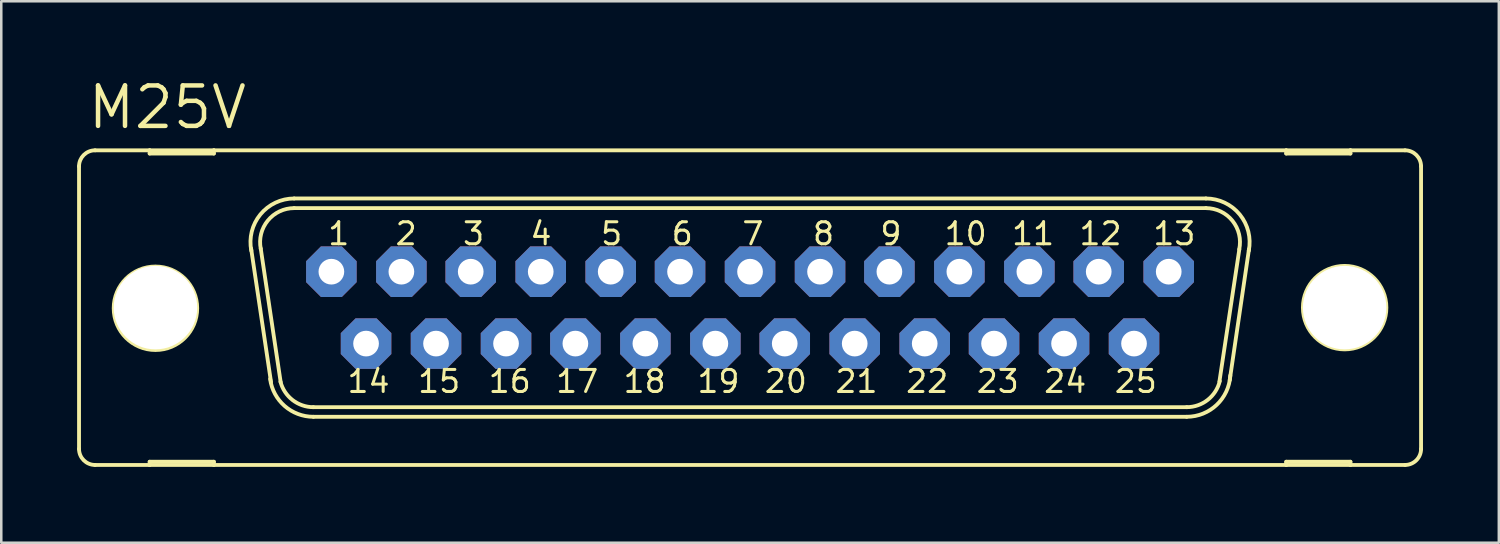
<source format=kicad_pcb>
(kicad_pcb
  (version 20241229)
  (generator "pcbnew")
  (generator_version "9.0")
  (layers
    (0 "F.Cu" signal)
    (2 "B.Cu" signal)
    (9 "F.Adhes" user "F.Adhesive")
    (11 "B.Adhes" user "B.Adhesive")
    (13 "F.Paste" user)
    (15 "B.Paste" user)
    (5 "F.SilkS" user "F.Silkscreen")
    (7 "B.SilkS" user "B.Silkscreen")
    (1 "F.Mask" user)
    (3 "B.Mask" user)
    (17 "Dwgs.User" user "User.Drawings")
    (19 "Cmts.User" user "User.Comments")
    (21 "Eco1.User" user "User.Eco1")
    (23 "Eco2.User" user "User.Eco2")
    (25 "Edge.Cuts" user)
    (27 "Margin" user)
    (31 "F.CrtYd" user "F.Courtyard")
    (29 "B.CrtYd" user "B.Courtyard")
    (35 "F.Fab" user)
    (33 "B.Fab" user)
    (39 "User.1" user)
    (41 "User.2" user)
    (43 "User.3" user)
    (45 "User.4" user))
  (footprint "M25V"
    (layer "F.Cu")
    (at 26.619 9.119)
    (property "Reference" "M25V" (at -26.289 -6.985 0) (layer "F.SilkS") (effects (font (size 1.6 1.6) (thickness 0.178)) (justify left bottom)))
    (fp_line (start -26.543 -5.588) (end -26.543 5.588) (stroke (width 0.152) (type solid)) (layer "F.SilkS"))
    (fp_line (start -25.908 6.223) (end -23.749 6.223) (stroke (width 0.152) (type solid)) (layer "F.SilkS"))
    (fp_line (start -23.749 -6.223) (end -25.908 -6.223) (stroke (width 0.152) (type solid)) (layer "F.SilkS"))
    (fp_line (start -23.749 -6.223) (end -23.749 -6.096) (stroke (width 0.152) (type solid)) (layer "F.SilkS"))
    (fp_line (start -23.749 -6.096) (end -21.209 -6.096) (stroke (width 0.152) (type solid)) (layer "F.SilkS"))
    (fp_line (start -23.749 6.096) (end -21.209 6.096) (stroke (width 0.152) (type solid)) (layer "F.SilkS"))
    (fp_line (start -23.749 6.223) (end -23.749 6.096) (stroke (width 0.152) (type solid)) (layer "F.SilkS"))
    (fp_line (start -23.749 6.223) (end -21.209 6.223) (stroke (width 0.152) (type solid)) (layer "F.SilkS"))
    (fp_line (start -21.209 -6.223) (end -23.749 -6.223) (stroke (width 0.152) (type solid)) (layer "F.SilkS"))
    (fp_line (start -21.209 -6.096) (end -21.209 -6.223) (stroke (width 0.152) (type solid)) (layer "F.SilkS"))
    (fp_line (start -21.209 6.096) (end -21.209 6.223) (stroke (width 0.152) (type solid)) (layer "F.SilkS"))
    (fp_line (start -21.209 6.223) (end 21.209 6.223) (stroke (width 0.152) (type solid)) (layer "F.SilkS"))
    (fp_line (start -18.948 2.946) (end -19.736 -2.337) (stroke (width 0.152) (type solid)) (layer "F.SilkS"))
    (fp_line (start -18.567 2.946) (end -19.355 -2.337) (stroke (width 0.152) (type solid)) (layer "F.SilkS"))
    (fp_line (start -18.034 -4.318) (end 18.034 -4.318) (stroke (width 0.152) (type solid)) (layer "F.SilkS"))
    (fp_line (start -18.034 -3.937) (end 18.034 -3.937) (stroke (width 0.152) (type solid)) (layer "F.SilkS"))
    (fp_line (start -17.272 3.937) (end 17.272 3.937) (stroke (width 0.152) (type solid)) (layer "F.SilkS"))
    (fp_line (start -17.272 4.318) (end 17.272 4.318) (stroke (width 0.152) (type solid)) (layer "F.SilkS"))
    (fp_line (start 19.355 -2.311) (end 18.567 2.921) (stroke (width 0.152) (type solid)) (layer "F.SilkS"))
    (fp_line (start 19.736 -2.311) (end 18.974 2.87) (stroke (width 0.152) (type solid)) (layer "F.SilkS"))
    (fp_line (start 21.209 -6.223) (end -21.209 -6.223) (stroke (width 0.152) (type solid)) (layer "F.SilkS"))
    (fp_line (start 21.209 -6.223) (end 21.209 -6.096) (stroke (width 0.152) (type solid)) (layer "F.SilkS"))
    (fp_line (start 21.209 -6.096) (end 23.749 -6.096) (stroke (width 0.152) (type solid)) (layer "F.SilkS"))
    (fp_line (start 21.209 6.096) (end 23.749 6.096) (stroke (width 0.152) (type solid)) (layer "F.SilkS"))
    (fp_line (start 21.209 6.223) (end 21.209 6.096) (stroke (width 0.152) (type solid)) (layer "F.SilkS"))
    (fp_line (start 21.209 6.223) (end 23.749 6.223) (stroke (width 0.152) (type solid)) (layer "F.SilkS"))
    (fp_line (start 23.749 -6.223) (end 21.209 -6.223) (stroke (width 0.152) (type solid)) (layer "F.SilkS"))
    (fp_line (start 23.749 -6.096) (end 23.749 -6.223) (stroke (width 0.152) (type solid)) (layer "F.SilkS"))
    (fp_line (start 23.749 6.096) (end 23.749 6.223) (stroke (width 0.152) (type solid)) (layer "F.SilkS"))
    (fp_line (start 23.749 6.223) (end 25.908 6.223) (stroke (width 0.152) (type solid)) (layer "F.SilkS"))
    (fp_line (start 25.908 -6.223) (end 23.749 -6.223) (stroke (width 0.152) (type solid)) (layer "F.SilkS"))
    (fp_line (start 26.543 -5.588) (end 26.543 5.588) (stroke (width 0.152) (type solid)) (layer "F.SilkS"))
    (fp_arc (start -26.543 -5.588) (mid -26.357013 -6.037013) (end -25.908 -6.223) (stroke (width 0.1524) (type solid)) (layer "F.SilkS"))
    (fp_arc (start -25.908 6.223) (mid -26.357013 6.037013) (end -26.543 5.588) (stroke (width 0.1524) (type solid)) (layer "F.SilkS"))
    (fp_arc (start -19.7277 -2.2521) (mid -19.369716 -3.685842) (end -18.033998 -4.318) (stroke (width 0.1524) (type solid)) (layer "F.SilkS"))
    (fp_arc (start -19.3541 -2.3268) (mid -19.075082 -3.444284) (end -18.034 -3.937) (stroke (width 0.1524) (type solid)) (layer "F.SilkS"))
    (fp_arc (start -17.272 3.937) (mid -18.0955 3.655745) (end -18.5749 2.9295) (stroke (width 0.1524) (type solid)) (layer "F.SilkS"))
    (fp_arc (start -17.271999 4.318001) (mid -18.409711 3.890313) (end -18.984 2.8191) (stroke (width 0.1524) (type solid)) (layer "F.SilkS"))
    (fp_arc (start 18.034 -4.318) (mid 19.369813 -3.685866) (end 19.727999 -2.252098) (stroke (width 0.1524) (type solid)) (layer "F.SilkS"))
    (fp_arc (start 18.034 -3.937) (mid 19.082557 -3.435183) (end 19.349499 -2.303798) (stroke (width 0.1524) (type solid)) (layer "F.SilkS"))
    (fp_arc (start 18.580701 2.904999) (mid 18.105257 3.647874) (end 17.272 3.937) (stroke (width 0.1524) (type solid)) (layer "F.SilkS"))
    (fp_arc (start 18.9963 2.6849) (mid 18.459366 3.844828) (end 17.272 4.318) (stroke (width 0.1524) (type solid)) (layer "F.SilkS"))
    (fp_arc (start 25.908 -6.223) (mid 26.357013 -6.037013) (end 26.543 -5.588) (stroke (width 0.1524) (type solid)) (layer "F.SilkS"))
    (fp_arc (start 26.543 5.588) (mid 26.357013 6.037013) (end 25.908 6.223) (stroke (width 0.1524) (type solid)) (layer "F.SilkS"))
    (fp_circle (center -23.52 0.025) (end -21.869 0.025) (stroke (width 0.152) (type solid)) (fill no) (layer "F.SilkS"))
    (fp_circle (center 23.52 0) (end 25.171 0) (stroke (width 0.152) (type solid)) (fill no) (layer "F.SilkS"))
    (fp_circle (center -16.561 -1.422) (end -16.307 -1.422) (stroke (width 0.406) (type solid)) (fill no) (layer "F.Fab"))
    (fp_circle (center -15.189 1.422) (end -14.935 1.422) (stroke (width 0.406) (type solid)) (fill no) (layer "F.Fab"))
    (fp_circle (center -13.792 -1.422) (end -13.538 -1.422) (stroke (width 0.406) (type solid)) (fill no) (layer "F.Fab"))
    (fp_circle (center -12.421 1.422) (end -12.167 1.422) (stroke (width 0.406) (type solid)) (fill no) (layer "F.Fab"))
    (fp_circle (center -11.049 -1.422) (end -10.795 -1.422) (stroke (width 0.406) (type solid)) (fill no) (layer "F.Fab"))
    (fp_circle (center -9.652 1.422) (end -9.398 1.422) (stroke (width 0.406) (type solid)) (fill no) (layer "F.Fab"))
    (fp_circle (center -8.28 -1.422) (end -8.026 -1.422) (stroke (width 0.406) (type solid)) (fill no) (layer "F.Fab"))
    (fp_circle (center -6.909 1.422) (end -6.655 1.422) (stroke (width 0.406) (type solid)) (fill no) (layer "F.Fab"))
    (fp_circle (center -5.512 -1.422) (end -5.258 -1.422) (stroke (width 0.406) (type solid)) (fill no) (layer "F.Fab"))
    (fp_circle (center -4.14 1.422) (end -3.886 1.422) (stroke (width 0.406) (type solid)) (fill no) (layer "F.Fab"))
    (fp_circle (center -2.769 -1.422) (end -2.515 -1.422) (stroke (width 0.406) (type solid)) (fill no) (layer "F.Fab"))
    (fp_circle (center -1.372 1.422) (end -1.118 1.422) (stroke (width 0.406) (type solid)) (fill no) (layer "F.Fab"))
    (fp_circle (center 0 -1.422) (end 0.254 -1.422) (stroke (width 0.406) (type solid)) (fill no) (layer "F.Fab"))
    (fp_circle (center 1.372 1.422) (end 1.626 1.422) (stroke (width 0.406) (type solid)) (fill no) (layer "F.Fab"))
    (fp_circle (center 2.769 -1.422) (end 3.023 -1.422) (stroke (width 0.406) (type solid)) (fill no) (layer "F.Fab"))
    (fp_circle (center 4.14 1.422) (end 4.394 1.422) (stroke (width 0.406) (type solid)) (fill no) (layer "F.Fab"))
    (fp_circle (center 5.512 -1.422) (end 5.766 -1.422) (stroke (width 0.406) (type solid)) (fill no) (layer "F.Fab"))
    (fp_circle (center 6.909 1.422) (end 7.163 1.422) (stroke (width 0.406) (type solid)) (fill no) (layer "F.Fab"))
    (fp_circle (center 8.28 -1.422) (end 8.534 -1.422) (stroke (width 0.406) (type solid)) (fill no) (layer "F.Fab"))
    (fp_circle (center 9.652 1.422) (end 9.906 1.422) (stroke (width 0.406) (type solid)) (fill no) (layer "F.Fab"))
    (fp_circle (center 11.049 -1.422) (end 11.303 -1.422) (stroke (width 0.406) (type solid)) (fill no) (layer "F.Fab"))
    (fp_circle (center 12.421 1.422) (end 12.675 1.422) (stroke (width 0.406) (type solid)) (fill no) (layer "F.Fab"))
    (fp_circle (center 13.792 -1.422) (end 14.046 -1.422) (stroke (width 0.406) (type solid)) (fill no) (layer "F.Fab"))
    (fp_circle (center 15.189 1.422) (end 15.443 1.422) (stroke (width 0.406) (type solid)) (fill no) (layer "F.Fab"))
    (fp_circle (center 16.561 -1.422) (end 16.815 -1.422) (stroke (width 0.406) (type solid)) (fill no) (layer "F.Fab"))
    (fp_text user "23" (at 8.89 3.429 0) (layer "F.SilkS") (effects (font (size 0.872 0.872) (thickness 0.119)) (justify left bottom)))
    (fp_text user "17" (at -7.747 3.429 0) (layer "F.SilkS") (effects (font (size 0.872 0.872) (thickness 0.119)) (justify left bottom)))
    (fp_text user "7" (at -0.381 -2.413 0) (layer "F.SilkS") (effects (font (size 0.872 0.872) (thickness 0.119)) (justify left bottom)))
    (fp_text user "5" (at -5.969 -2.413 0) (layer "F.SilkS") (effects (font (size 0.872 0.872) (thickness 0.119)) (justify left bottom)))
    (fp_text user "10" (at 7.62 -2.413 0) (layer "F.SilkS") (effects (font (size 0.872 0.872) (thickness 0.119)) (justify left bottom)))
    (fp_text user "13" (at 15.875 -2.413 0) (layer "F.SilkS") (effects (font (size 0.872 0.872) (thickness 0.119)) (justify left bottom)))
    (fp_text user "3" (at -11.43 -2.413 0) (layer "F.SilkS") (effects (font (size 0.872 0.872) (thickness 0.119)) (justify left bottom)))
    (fp_text user "6" (at -3.175 -2.413 0) (layer "F.SilkS") (effects (font (size 0.872 0.872) (thickness 0.119)) (justify left bottom)))
    (fp_text user "18" (at -5.08 3.429 0) (layer "F.SilkS") (effects (font (size 0.872 0.872) (thickness 0.119)) (justify left bottom)))
    (fp_text user "1" (at -16.764 -2.413 0) (layer "F.SilkS") (effects (font (size 0.872 0.872) (thickness 0.119)) (justify left bottom)))
    (fp_text user "12" (at 12.954 -2.413 0) (layer "F.SilkS") (effects (font (size 0.872 0.872) (thickness 0.119)) (justify left bottom)))
    (fp_text user "20" (at 0.508 3.429 0) (layer "F.SilkS") (effects (font (size 0.872 0.872) (thickness 0.119)) (justify left bottom)))
    (fp_text user "19" (at -2.159 3.429 0) (layer "F.SilkS") (effects (font (size 0.872 0.872) (thickness 0.119)) (justify left bottom)))
    (fp_text user "25" (at 14.351 3.429 0) (layer "F.SilkS") (effects (font (size 0.872 0.872) (thickness 0.119)) (justify left bottom)))
    (fp_text user "9" (at 5.08 -2.413 0) (layer "F.SilkS") (effects (font (size 0.872 0.872) (thickness 0.119)) (justify left bottom)))
    (fp_text user "22" (at 6.096 3.429 0) (layer "F.SilkS") (effects (font (size 0.872 0.872) (thickness 0.119)) (justify left bottom)))
    (fp_text user "14" (at -16.002 3.429 0) (layer "F.SilkS") (effects (font (size 0.872 0.872) (thickness 0.119)) (justify left bottom)))
    (fp_text user "2" (at -14.097 -2.413 0) (layer "F.SilkS") (effects (font (size 0.872 0.872) (thickness 0.119)) (justify left bottom)))
    (fp_text user "16" (at -10.414 3.429 0) (layer "F.SilkS") (effects (font (size 0.872 0.872) (thickness 0.119)) (justify left bottom)))
    (fp_text user "8" (at 2.413 -2.413 0) (layer "F.SilkS") (effects (font (size 0.872 0.872) (thickness 0.119)) (justify left bottom)))
    (fp_text user "24" (at 11.557 3.429 0) (layer "F.SilkS") (effects (font (size 0.872 0.872) (thickness 0.119)) (justify left bottom)))
    (fp_text user "21" (at 3.302 3.429 0) (layer "F.SilkS") (effects (font (size 0.872 0.872) (thickness 0.119)) (justify left bottom)))
    (fp_text user "11" (at 10.287 -2.413 0) (layer "F.SilkS") (effects (font (size 0.872 0.872) (thickness 0.119)) (justify left bottom)))
    (fp_text user "4" (at -8.763 -2.413 0) (layer "F.SilkS") (effects (font (size 0.872 0.872) (thickness 0.119)) (justify left bottom)))
    (fp_text user "15" (at -13.208 3.429 0) (layer "F.SilkS") (effects (font (size 0.872 0.872) (thickness 0.119)) (justify left bottom)))
    (pad "" np_thru_hole circle (at -23.52 0) (size 3.302 3.302) (drill 3.302) (layers "*.Cu" "*.Mask"))
    (pad "" np_thru_hole circle (at 23.52 0) (size 3.302 3.302) (drill 3.302) (layers "*.Cu" "*.Mask"))
    (pad "1" thru_hole roundrect (at -16.561 -1.422) (size 2 2) (drill 1.016) (layers "*.Cu" "*.Mask") (roundrect_rratio 0.25) (chamfer_ratio 0.293) (chamfer top_left top_right bottom_left bottom_right))
    (pad "2" thru_hole roundrect (at -13.792 -1.422) (size 2 2) (drill 1.016) (layers "*.Cu" "*.Mask") (roundrect_rratio 0.25) (chamfer_ratio 0.293) (chamfer top_left top_right bottom_left bottom_right))
    (pad "3" thru_hole roundrect (at -11.049 -1.422) (size 2 2) (drill 1.016) (layers "*.Cu" "*.Mask") (roundrect_rratio 0.25) (chamfer_ratio 0.293) (chamfer top_left top_right bottom_left bottom_right))
    (pad "4" thru_hole roundrect (at -8.28 -1.422) (size 2 2) (drill 1.016) (layers "*.Cu" "*.Mask") (roundrect_rratio 0.25) (chamfer_ratio 0.293) (chamfer top_left top_right bottom_left bottom_right))
    (pad "5" thru_hole roundrect (at -5.512 -1.422) (size 2 2) (drill 1.016) (layers "*.Cu" "*.Mask") (roundrect_rratio 0.25) (chamfer_ratio 0.293) (chamfer top_left top_right bottom_left bottom_right))
    (pad "6" thru_hole roundrect (at -2.769 -1.422) (size 2 2) (drill 1.016) (layers "*.Cu" "*.Mask") (roundrect_rratio 0.25) (chamfer_ratio 0.293) (chamfer top_left top_right bottom_left bottom_right))
    (pad "7" thru_hole roundrect (at 0 -1.422) (size 2 2) (drill 1.016) (layers "*.Cu" "*.Mask") (roundrect_rratio 0.25) (chamfer_ratio 0.293) (chamfer top_left top_right bottom_left bottom_right))
    (pad "8" thru_hole roundrect (at 2.769 -1.422) (size 2 2) (drill 1.016) (layers "*.Cu" "*.Mask") (roundrect_rratio 0.25) (chamfer_ratio 0.293) (chamfer top_left top_right bottom_left bottom_right))
    (pad "9" thru_hole roundrect (at 5.512 -1.422) (size 2 2) (drill 1.016) (layers "*.Cu" "*.Mask") (roundrect_rratio 0.25) (chamfer_ratio 0.293) (chamfer top_left top_right bottom_left bottom_right))
    (pad "10" thru_hole roundrect (at 8.28 -1.422) (size 2 2) (drill 1.016) (layers "*.Cu" "*.Mask") (roundrect_rratio 0.25) (chamfer_ratio 0.293) (chamfer top_left top_right bottom_left bottom_right))
    (pad "11" thru_hole roundrect (at 11.049 -1.422) (size 2 2) (drill 1.016) (layers "*.Cu" "*.Mask") (roundrect_rratio 0.25) (chamfer_ratio 0.293) (chamfer top_left top_right bottom_left bottom_right))
    (pad "12" thru_hole roundrect (at 13.792 -1.422) (size 2 2) (drill 1.016) (layers "*.Cu" "*.Mask") (roundrect_rratio 0.25) (chamfer_ratio 0.293) (chamfer top_left top_right bottom_left bottom_right))
    (pad "13" thru_hole roundrect (at 16.561 -1.422) (size 2 2) (drill 1.016) (layers "*.Cu" "*.Mask") (roundrect_rratio 0.25) (chamfer_ratio 0.293) (chamfer top_left top_right bottom_left bottom_right))
    (pad "14" thru_hole roundrect (at -15.189 1.422) (size 2 2) (drill 1.016) (layers "*.Cu" "*.Mask") (roundrect_rratio 0.25) (chamfer_ratio 0.293) (chamfer top_left top_right bottom_left bottom_right))
    (pad "15" thru_hole roundrect (at -12.421 1.422) (size 2 2) (drill 1.016) (layers "*.Cu" "*.Mask") (roundrect_rratio 0.25) (chamfer_ratio 0.293) (chamfer top_left top_right bottom_left bottom_right))
    (pad "16" thru_hole roundrect (at -9.652 1.422) (size 2 2) (drill 1.016) (layers "*.Cu" "*.Mask") (roundrect_rratio 0.25) (chamfer_ratio 0.293) (chamfer top_left top_right bottom_left bottom_right))
    (pad "17" thru_hole roundrect (at -6.909 1.422) (size 2 2) (drill 1.016) (layers "*.Cu" "*.Mask") (roundrect_rratio 0.25) (chamfer_ratio 0.293) (chamfer top_left top_right bottom_left bottom_right))
    (pad "18" thru_hole roundrect (at -4.14 1.422) (size 2 2) (drill 1.016) (layers "*.Cu" "*.Mask") (roundrect_rratio 0.25) (chamfer_ratio 0.293) (chamfer top_left top_right bottom_left bottom_right))
    (pad "19" thru_hole roundrect (at -1.372 1.422) (size 2 2) (drill 1.016) (layers "*.Cu" "*.Mask") (roundrect_rratio 0.25) (chamfer_ratio 0.293) (chamfer top_left top_right bottom_left bottom_right))
    (pad "20" thru_hole roundrect (at 1.372 1.422) (size 2 2) (drill 1.016) (layers "*.Cu" "*.Mask") (roundrect_rratio 0.25) (chamfer_ratio 0.293) (chamfer top_left top_right bottom_left bottom_right))
    (pad "21" thru_hole roundrect (at 4.14 1.422) (size 2 2) (drill 1.016) (layers "*.Cu" "*.Mask") (roundrect_rratio 0.25) (chamfer_ratio 0.293) (chamfer top_left top_right bottom_left bottom_right))
    (pad "22" thru_hole roundrect (at 6.909 1.422) (size 2 2) (drill 1.016) (layers "*.Cu" "*.Mask") (roundrect_rratio 0.25) (chamfer_ratio 0.293) (chamfer top_left top_right bottom_left bottom_right))
    (pad "23" thru_hole roundrect (at 9.652 1.422) (size 2 2) (drill 1.016) (layers "*.Cu" "*.Mask") (roundrect_rratio 0.25) (chamfer_ratio 0.293) (chamfer top_left top_right bottom_left bottom_right))
    (pad "24" thru_hole roundrect (at 12.421 1.422) (size 2 2) (drill 1.016) (layers "*.Cu" "*.Mask") (roundrect_rratio 0.25) (chamfer_ratio 0.293) (chamfer top_left top_right bottom_left bottom_right))
    (pad "25" thru_hole roundrect (at 15.189 1.422) (size 2 2) (drill 1.016) (layers "*.Cu" "*.Mask") (roundrect_rratio 0.25) (chamfer_ratio 0.293) (chamfer top_left top_right bottom_left bottom_right))
    (zone (net_name "") (layers "F.Cu" "B.Cu") (hatch edge 0.5) (connect_pads) (min_thickness 0.25) (filled_areas_thickness no) (keepout (tracks allowed) (vias not_allowed) (pads allowed) (copperpour allowed) (footprints allowed)) (placement (enabled no)) (fill) (polygon (pts (xy 5.766 9.119) (xy 5.746 8.791) (xy 5.685 8.468) (xy 5.586 8.155) (xy 5.448 7.857) (xy 5.276 7.578) (xy 5.07 7.322) (xy 4.834 7.093) (xy 4.572 6.895) (xy 4.288 6.731) (xy 3.985 6.603) (xy 3.669 6.513) (xy 3.345 6.463) (xy 3.017 6.453) (xy 2.69 6.483) (xy 2.369 6.553) (xy 2.059 6.663) (xy 1.765 6.809) (xy 1.492 6.99) (xy 1.242 7.204) (xy 1.021 7.447) (xy 0.831 7.715) (xy 0.676 8.004) (xy 0.557 8.31) (xy 0.477 8.629) (xy 0.437 8.954) (xy 0.437 9.283) (xy 0.477 9.609) (xy 0.557 9.927) (xy 0.676 10.233) (xy 0.831 10.523) (xy 1.021 10.791) (xy 1.242 11.033) (xy 1.492 11.247) (xy 1.765 11.428) (xy 2.059 11.575) (xy 2.369 11.684) (xy 2.69 11.754) (xy 3.017 11.784) (xy 3.345 11.774) (xy 3.669 11.724) (xy 3.985 11.634) (xy 4.288 11.506) (xy 4.572 11.342) (xy 4.834 11.144) (xy 5.07 10.915) (xy 5.276 10.66) (xy 5.448 10.38) (xy 5.586 10.082) (xy 5.685 9.769) (xy 5.746 9.446))))
    (zone (net_name "") (layers "F.Cu" "B.Cu") (hatch edge 0.5) (connect_pads) (min_thickness 0.25) (filled_areas_thickness no) (keepout (tracks allowed) (vias not_allowed) (pads allowed) (copperpour allowed) (footprints allowed)) (placement (enabled no)) (fill) (polygon (pts (xy 52.807 9.119) (xy 52.786 8.791) (xy 52.726 8.468) (xy 52.627 8.155) (xy 52.489 7.857) (xy 52.316 7.578) (xy 52.111 7.322) (xy 51.875 7.093) (xy 51.613 6.895) (xy 51.328 6.731) (xy 51.026 6.603) (xy 50.71 6.513) (xy 50.386 6.463) (xy 50.057 6.453) (xy 49.731 6.483) (xy 49.41 6.553) (xy 49.1 6.663) (xy 48.806 6.809) (xy 48.532 6.99) (xy 48.283 7.204) (xy 48.062 7.447) (xy 47.872 7.715) (xy 47.717 8.004) (xy 47.598 8.31) (xy 47.518 8.629) (xy 47.478 8.954) (xy 47.478 9.283) (xy 47.518 9.609) (xy 47.598 9.927) (xy 47.717 10.233) (xy 47.872 10.523) (xy 48.062 10.791) (xy 48.283 11.033) (xy 48.532 11.247) (xy 48.806 11.428) (xy 49.1 11.575) (xy 49.41 11.684) (xy 49.731 11.754) (xy 50.057 11.784) (xy 50.386 11.774) (xy 50.71 11.724) (xy 51.026 11.634) (xy 51.328 11.506) (xy 51.613 11.342) (xy 51.875 11.144) (xy 52.111 10.915) (xy 52.316 10.66) (xy 52.489 10.38) (xy 52.627 10.082) (xy 52.726 9.769) (xy 52.786 9.446))))
    (zone (net_name "") (layer "B.Cu") (hatch edge 0.5) (connect_pads) (min_thickness 0.25) (filled_areas_thickness no) (keepout (tracks not_allowed) (vias not_allowed) (pads not_allowed) (copperpour not_allowed) (footprints allowed)) (placement (enabled no)) (fill) (polygon (pts (xy 5.766 9.119) (xy 5.746 8.791) (xy 5.685 8.468) (xy 5.586 8.155) (xy 5.448 7.857) (xy 5.276 7.578) (xy 5.07 7.322) (xy 4.834 7.093) (xy 4.572 6.895) (xy 4.288 6.731) (xy 3.985 6.603) (xy 3.669 6.513) (xy 3.345 6.463) (xy 3.017 6.453) (xy 2.69 6.483) (xy 2.369 6.553) (xy 2.059 6.663) (xy 1.765 6.809) (xy 1.492 6.99) (xy 1.242 7.204) (xy 1.021 7.447) (xy 0.831 7.715) (xy 0.676 8.004) (xy 0.557 8.31) (xy 0.477 8.629) (xy 0.437 8.954) (xy 0.437 9.283) (xy 0.477 9.609) (xy 0.557 9.927) (xy 0.676 10.233) (xy 0.831 10.523) (xy 1.021 10.791) (xy 1.242 11.033) (xy 1.492 11.247) (xy 1.765 11.428) (xy 2.059 11.575) (xy 2.369 11.684) (xy 2.69 11.754) (xy 3.017 11.784) (xy 3.345 11.774) (xy 3.669 11.724) (xy 3.985 11.634) (xy 4.288 11.506) (xy 4.572 11.342) (xy 4.834 11.144) (xy 5.07 10.915) (xy 5.276 10.66) (xy 5.448 10.38) (xy 5.586 10.082) (xy 5.685 9.769) (xy 5.746 9.446))))
    (zone (net_name "") (layer "B.Cu") (hatch edge 0.5) (connect_pads) (min_thickness 0.25) (filled_areas_thickness no) (keepout (tracks not_allowed) (vias not_allowed) (pads not_allowed) (copperpour not_allowed) (footprints allowed)) (placement (enabled no)) (fill) (polygon (pts (xy 52.807 9.119) (xy 52.786 8.791) (xy 52.726 8.468) (xy 52.627 8.155) (xy 52.489 7.857) (xy 52.316 7.578) (xy 52.111 7.322) (xy 51.875 7.093) (xy 51.613 6.895) (xy 51.328 6.731) (xy 51.026 6.603) (xy 50.71 6.513) (xy 50.386 6.463) (xy 50.057 6.453) (xy 49.731 6.483) (xy 49.41 6.553) (xy 49.1 6.663) (xy 48.806 6.809) (xy 48.532 6.99) (xy 48.283 7.204) (xy 48.062 7.447) (xy 47.872 7.715) (xy 47.717 8.004) (xy 47.598 8.31) (xy 47.518 8.629) (xy 47.478 8.954) (xy 47.478 9.283) (xy 47.518 9.609) (xy 47.598 9.927) (xy 47.717 10.233) (xy 47.872 10.523) (xy 48.062 10.791) (xy 48.283 11.033) (xy 48.532 11.247) (xy 48.806 11.428) (xy 49.1 11.575) (xy 49.41 11.684) (xy 49.731 11.754) (xy 50.057 11.784) (xy 50.386 11.774) (xy 50.71 11.724) (xy 51.026 11.634) (xy 51.328 11.506) (xy 51.613 11.342) (xy 51.875 11.144) (xy 52.111 10.915) (xy 52.316 10.66) (xy 52.489 10.38) (xy 52.627 10.082) (xy 52.726 9.769) (xy 52.786 9.446)))))
  (gr_rect
    (start -3 -3)
    (end 56.238 18.418)
    (stroke (width 0.1) (type default))
    (fill no)
    (layer "Edge.Cuts")))
</source>
